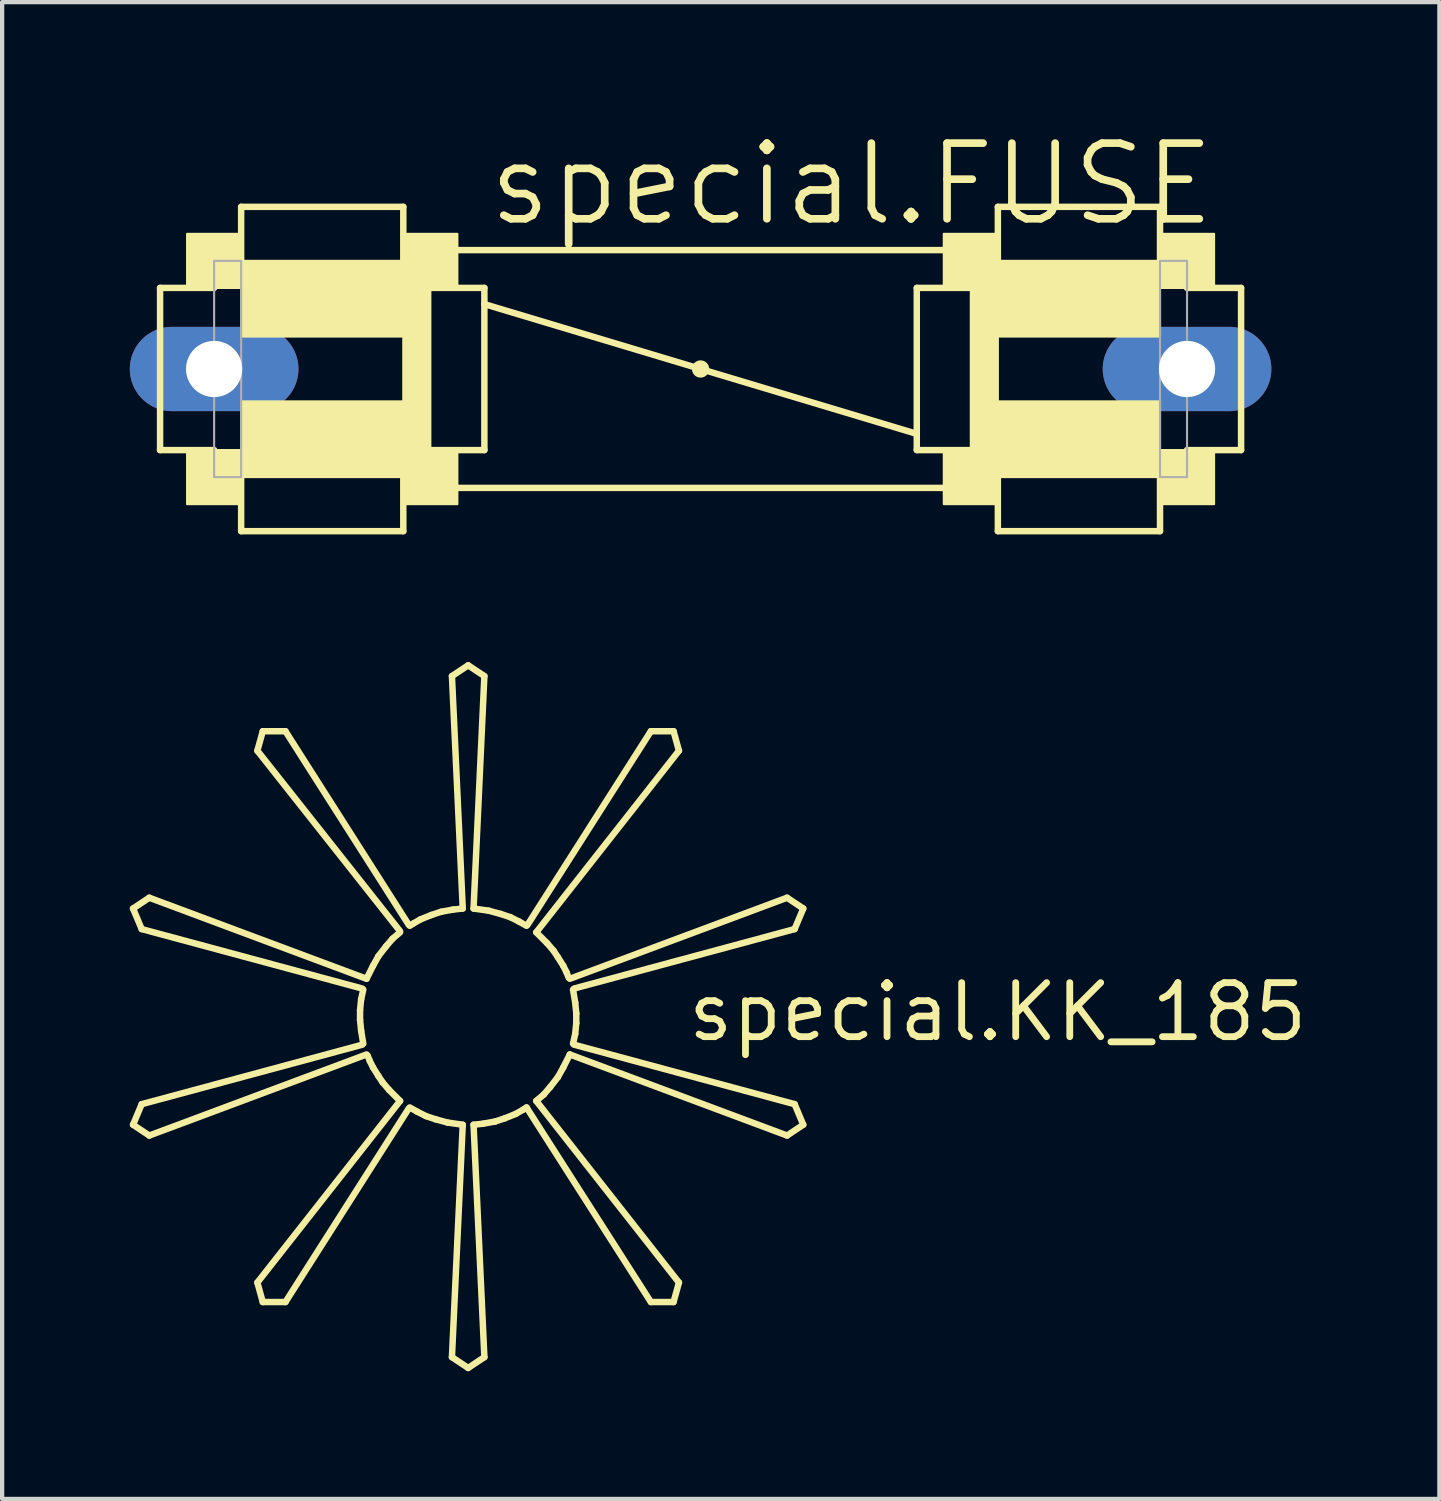
<source format=kicad_pcb>
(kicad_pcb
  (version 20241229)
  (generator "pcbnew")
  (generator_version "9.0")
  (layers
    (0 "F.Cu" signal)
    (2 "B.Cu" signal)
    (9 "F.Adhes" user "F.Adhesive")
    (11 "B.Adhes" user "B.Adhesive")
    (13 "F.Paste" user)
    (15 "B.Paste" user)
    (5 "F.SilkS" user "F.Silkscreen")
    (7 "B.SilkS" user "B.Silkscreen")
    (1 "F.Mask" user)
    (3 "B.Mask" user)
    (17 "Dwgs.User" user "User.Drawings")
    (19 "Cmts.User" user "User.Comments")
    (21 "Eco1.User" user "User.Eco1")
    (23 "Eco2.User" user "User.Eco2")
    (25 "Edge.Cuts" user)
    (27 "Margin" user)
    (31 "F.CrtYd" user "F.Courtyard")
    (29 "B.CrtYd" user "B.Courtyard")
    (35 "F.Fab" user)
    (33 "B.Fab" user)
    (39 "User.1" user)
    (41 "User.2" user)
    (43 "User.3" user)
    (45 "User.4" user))
  (footprint "special.KK_185"
    (layer "F.Cu")
    (at 7.95 20.837)
    (property "Reference" "special.KK_185" (at 5.08 0.635 0) (layer "F.SilkS") (effects (font (size 1.27 1.27) (thickness 0.16)) (justify left bottom)))
    (fp_line (start -7.874 -2.54) (end -7.671 -2.057) (stroke (width 0.152) (type default)) (layer "F.SilkS"))
    (fp_line (start -7.874 2.54) (end -7.671 2.057) (stroke (width 0.152) (type default)) (layer "F.SilkS"))
    (fp_line (start -7.493 -2.794) (end -7.874 -2.54) (stroke (width 0.152) (type default)) (layer "F.SilkS"))
    (fp_line (start -7.493 2.794) (end -7.874 2.54) (stroke (width 0.152) (type default)) (layer "F.SilkS"))
    (fp_line (start -4.826 -6.706) (end -4.953 -6.248) (stroke (width 0.152) (type default)) (layer "F.SilkS"))
    (fp_line (start -4.826 6.706) (end -4.953 6.248) (stroke (width 0.152) (type default)) (layer "F.SilkS"))
    (fp_line (start -4.293 -6.706) (end -4.826 -6.706) (stroke (width 0.152) (type default)) (layer "F.SilkS"))
    (fp_line (start -4.293 6.706) (end -4.826 6.706) (stroke (width 0.152) (type default)) (layer "F.SilkS"))
    (fp_line (start -2.54 -0.152) (end -2.54 0.076) (stroke (width 0.152) (type default)) (layer "F.SilkS"))
    (fp_line (start -2.54 0.076) (end -2.515 0.33) (stroke (width 0.152) (type default)) (layer "F.SilkS"))
    (fp_line (start -2.515 -0.406) (end -2.54 -0.152) (stroke (width 0.152) (type default)) (layer "F.SilkS"))
    (fp_line (start -2.515 0.33) (end -2.464 0.635) (stroke (width 0.152) (type default)) (layer "F.SilkS"))
    (fp_line (start -2.489 -0.66) (end -7.671 -2.057) (stroke (width 0.152) (type default)) (layer "F.SilkS"))
    (fp_line (start -2.489 0.66) (end -7.671 2.057) (stroke (width 0.152) (type default)) (layer "F.SilkS"))
    (fp_line (start -2.464 -0.635) (end -2.515 -0.406) (stroke (width 0.152) (type default)) (layer "F.SilkS"))
    (fp_line (start -2.388 -0.889) (end -7.493 -2.794) (stroke (width 0.152) (type default)) (layer "F.SilkS"))
    (fp_line (start -2.388 0.889) (end -7.493 2.794) (stroke (width 0.152) (type default)) (layer "F.SilkS"))
    (fp_line (start -2.362 0.914) (end -2.311 1.041) (stroke (width 0.152) (type default)) (layer "F.SilkS"))
    (fp_line (start -2.311 1.041) (end -2.235 1.194) (stroke (width 0.152) (type default)) (layer "F.SilkS"))
    (fp_line (start -2.235 -1.194) (end -2.388 -0.889) (stroke (width 0.152) (type default)) (layer "F.SilkS"))
    (fp_line (start -2.235 1.194) (end -2.108 1.397) (stroke (width 0.152) (type default)) (layer "F.SilkS"))
    (fp_line (start -2.108 -1.422) (end -2.235 -1.194) (stroke (width 0.152) (type default)) (layer "F.SilkS"))
    (fp_line (start -2.108 1.397) (end -2.007 1.549) (stroke (width 0.152) (type default)) (layer "F.SilkS"))
    (fp_line (start -2.007 1.549) (end -1.854 1.727) (stroke (width 0.152) (type default)) (layer "F.SilkS"))
    (fp_line (start -1.93 -1.651) (end -2.108 -1.422) (stroke (width 0.152) (type default)) (layer "F.SilkS"))
    (fp_line (start -1.854 1.727) (end -1.6 1.981) (stroke (width 0.152) (type default)) (layer "F.SilkS"))
    (fp_line (start -1.778 -1.829) (end -1.93 -1.651) (stroke (width 0.152) (type default)) (layer "F.SilkS"))
    (fp_line (start -1.6 -2.007) (end -4.953 -6.248) (stroke (width 0.152) (type default)) (layer "F.SilkS"))
    (fp_line (start -1.6 -1.981) (end -1.778 -1.829) (stroke (width 0.152) (type default)) (layer "F.SilkS"))
    (fp_line (start -1.6 1.981) (end -4.953 6.248) (stroke (width 0.152) (type default)) (layer "F.SilkS"))
    (fp_line (start -1.397 -2.159) (end -4.293 -6.706) (stroke (width 0.152) (type default)) (layer "F.SilkS"))
    (fp_line (start -1.397 2.159) (end -4.293 6.706) (stroke (width 0.152) (type default)) (layer "F.SilkS"))
    (fp_line (start -1.372 2.134) (end -1.194 2.235) (stroke (width 0.152) (type default)) (layer "F.SilkS"))
    (fp_line (start -1.295 -2.184) (end -1.372 -2.134) (stroke (width 0.152) (type default)) (layer "F.SilkS"))
    (fp_line (start -1.194 2.235) (end -0.991 2.337) (stroke (width 0.152) (type default)) (layer "F.SilkS"))
    (fp_line (start -1.118 -2.286) (end -1.295 -2.184) (stroke (width 0.152) (type default)) (layer "F.SilkS"))
    (fp_line (start -0.991 2.337) (end -0.762 2.413) (stroke (width 0.152) (type default)) (layer "F.SilkS"))
    (fp_line (start -0.864 -2.388) (end -1.118 -2.286) (stroke (width 0.152) (type default)) (layer "F.SilkS"))
    (fp_line (start -0.762 2.413) (end -0.483 2.489) (stroke (width 0.152) (type default)) (layer "F.SilkS"))
    (fp_line (start -0.635 -2.464) (end -0.864 -2.388) (stroke (width 0.152) (type default)) (layer "F.SilkS"))
    (fp_line (start -0.483 2.489) (end -0.127 2.54) (stroke (width 0.152) (type default)) (layer "F.SilkS"))
    (fp_line (start -0.381 -8.001) (end 0 -8.255) (stroke (width 0.152) (type default)) (layer "F.SilkS"))
    (fp_line (start -0.356 -2.515) (end -0.635 -2.464) (stroke (width 0.152) (type default)) (layer "F.SilkS"))
    (fp_line (start -0.127 -2.54) (end -0.381 -8.001) (stroke (width 0.152) (type default)) (layer "F.SilkS"))
    (fp_line (start -0.127 -2.54) (end -0.356 -2.515) (stroke (width 0.152) (type default)) (layer "F.SilkS"))
    (fp_line (start -0.127 2.54) (end -0.381 8.001) (stroke (width 0.152) (type default)) (layer "F.SilkS"))
    (fp_line (start 0 -8.255) (end 0.381 -8.001) (stroke (width 0.152) (type default)) (layer "F.SilkS"))
    (fp_line (start 0 8.255) (end -0.381 8.001) (stroke (width 0.152) (type default)) (layer "F.SilkS"))
    (fp_line (start 0.127 -2.54) (end 0.381 -8.001) (stroke (width 0.152) (type default)) (layer "F.SilkS"))
    (fp_line (start 0.127 2.54) (end 0.356 2.515) (stroke (width 0.152) (type default)) (layer "F.SilkS"))
    (fp_line (start 0.127 2.54) (end 0.381 8.001) (stroke (width 0.152) (type default)) (layer "F.SilkS"))
    (fp_line (start 0.356 2.515) (end 0.635 2.464) (stroke (width 0.152) (type default)) (layer "F.SilkS"))
    (fp_line (start 0.381 8.001) (end 0 8.255) (stroke (width 0.152) (type default)) (layer "F.SilkS"))
    (fp_line (start 0.483 -2.489) (end 0.127 -2.54) (stroke (width 0.152) (type default)) (layer "F.SilkS"))
    (fp_line (start 0.635 2.464) (end 0.864 2.388) (stroke (width 0.152) (type default)) (layer "F.SilkS"))
    (fp_line (start 0.762 -2.413) (end 0.483 -2.489) (stroke (width 0.152) (type default)) (layer "F.SilkS"))
    (fp_line (start 0.864 2.388) (end 1.118 2.286) (stroke (width 0.152) (type default)) (layer "F.SilkS"))
    (fp_line (start 0.991 -2.337) (end 0.762 -2.413) (stroke (width 0.152) (type default)) (layer "F.SilkS"))
    (fp_line (start 1.118 2.286) (end 1.295 2.184) (stroke (width 0.152) (type default)) (layer "F.SilkS"))
    (fp_line (start 1.194 -2.235) (end 0.991 -2.337) (stroke (width 0.152) (type default)) (layer "F.SilkS"))
    (fp_line (start 1.295 2.184) (end 1.372 2.134) (stroke (width 0.152) (type default)) (layer "F.SilkS"))
    (fp_line (start 1.372 -2.134) (end 1.194 -2.235) (stroke (width 0.152) (type default)) (layer "F.SilkS"))
    (fp_line (start 1.372 2.134) (end 4.293 6.706) (stroke (width 0.152) (type default)) (layer "F.SilkS"))
    (fp_line (start 1.397 -2.159) (end 4.293 -6.706) (stroke (width 0.152) (type default)) (layer "F.SilkS"))
    (fp_line (start 1.6 -1.981) (end 4.953 -6.248) (stroke (width 0.152) (type default)) (layer "F.SilkS"))
    (fp_line (start 1.6 1.981) (end 1.778 1.829) (stroke (width 0.152) (type default)) (layer "F.SilkS"))
    (fp_line (start 1.6 1.981) (end 4.953 6.248) (stroke (width 0.152) (type default)) (layer "F.SilkS"))
    (fp_line (start 1.778 1.829) (end 1.93 1.651) (stroke (width 0.152) (type default)) (layer "F.SilkS"))
    (fp_line (start 1.854 -1.727) (end 1.6 -1.981) (stroke (width 0.152) (type default)) (layer "F.SilkS"))
    (fp_line (start 1.93 1.651) (end 2.108 1.422) (stroke (width 0.152) (type default)) (layer "F.SilkS"))
    (fp_line (start 2.007 -1.549) (end 1.854 -1.727) (stroke (width 0.152) (type default)) (layer "F.SilkS"))
    (fp_line (start 2.108 -1.397) (end 2.007 -1.549) (stroke (width 0.152) (type default)) (layer "F.SilkS"))
    (fp_line (start 2.108 1.422) (end 2.235 1.194) (stroke (width 0.152) (type default)) (layer "F.SilkS"))
    (fp_line (start 2.235 -1.194) (end 2.108 -1.397) (stroke (width 0.152) (type default)) (layer "F.SilkS"))
    (fp_line (start 2.235 1.194) (end 2.388 0.889) (stroke (width 0.152) (type default)) (layer "F.SilkS"))
    (fp_line (start 2.311 -1.041) (end 2.235 -1.194) (stroke (width 0.152) (type default)) (layer "F.SilkS"))
    (fp_line (start 2.362 -0.914) (end 2.311 -1.041) (stroke (width 0.152) (type default)) (layer "F.SilkS"))
    (fp_line (start 2.388 -0.889) (end 7.493 -2.794) (stroke (width 0.152) (type default)) (layer "F.SilkS"))
    (fp_line (start 2.388 0.889) (end 7.493 2.794) (stroke (width 0.152) (type default)) (layer "F.SilkS"))
    (fp_line (start 2.464 0.635) (end 2.515 0.406) (stroke (width 0.152) (type default)) (layer "F.SilkS"))
    (fp_line (start 2.489 -0.66) (end 7.671 -2.057) (stroke (width 0.152) (type default)) (layer "F.SilkS"))
    (fp_line (start 2.489 0.66) (end 7.671 2.057) (stroke (width 0.152) (type default)) (layer "F.SilkS"))
    (fp_line (start 2.515 -0.33) (end 2.464 -0.635) (stroke (width 0.152) (type default)) (layer "F.SilkS"))
    (fp_line (start 2.515 0.406) (end 2.54 0.152) (stroke (width 0.152) (type default)) (layer "F.SilkS"))
    (fp_line (start 2.54 -0.076) (end 2.515 -0.33) (stroke (width 0.152) (type default)) (layer "F.SilkS"))
    (fp_line (start 2.54 0.152) (end 2.54 -0.076) (stroke (width 0.152) (type default)) (layer "F.SilkS"))
    (fp_line (start 4.293 -6.706) (end 4.826 -6.706) (stroke (width 0.152) (type default)) (layer "F.SilkS"))
    (fp_line (start 4.293 6.706) (end 4.826 6.706) (stroke (width 0.152) (type default)) (layer "F.SilkS"))
    (fp_line (start 4.826 -6.706) (end 4.953 -6.248) (stroke (width 0.152) (type default)) (layer "F.SilkS"))
    (fp_line (start 4.826 6.706) (end 4.953 6.248) (stroke (width 0.152) (type default)) (layer "F.SilkS"))
    (fp_line (start 7.493 -2.794) (end 7.874 -2.54) (stroke (width 0.152) (type default)) (layer "F.SilkS"))
    (fp_line (start 7.493 2.794) (end 7.874 2.54) (stroke (width 0.152) (type default)) (layer "F.SilkS"))
    (fp_line (start 7.874 -2.54) (end 7.671 -2.057) (stroke (width 0.152) (type default)) (layer "F.SilkS"))
    (fp_line (start 7.874 2.54) (end 7.671 2.057) (stroke (width 0.152) (type default)) (layer "F.SilkS")))
  (footprint "special.FUSE"
    (layer "F.Cu")
    (at 13.411 5.62)
    (property "Reference" "special.FUSE" (at -5.08 -3.302 0) (layer "F.SilkS") (effects (font (size 1.778 1.778) (thickness 0.18)) (justify left bottom)))
    (attr through_hole)
    (fp_line (start -12.7 1.905) (end -12.7 -1.905) (stroke (width 0.152) (type default)) (layer "F.SilkS"))
    (fp_line (start -12.7 1.905) (end -11.43 1.905) (stroke (width 0.152) (type default)) (layer "F.SilkS"))
    (fp_line (start -11.43 -1.905) (end -12.7 -1.905) (stroke (width 0.152) (type default)) (layer "F.SilkS"))
    (fp_line (start -10.795 -3.81) (end -6.985 -3.81) (stroke (width 0.152) (type default)) (layer "F.SilkS"))
    (fp_line (start -10.795 -2.54) (end -10.795 -3.81) (stroke (width 0.152) (type default)) (layer "F.SilkS"))
    (fp_line (start -10.795 2.54) (end -10.795 3.81) (stroke (width 0.152) (type default)) (layer "F.SilkS"))
    (fp_line (start -6.985 -2.54) (end -6.985 -3.81) (stroke (width 0.152) (type default)) (layer "F.SilkS"))
    (fp_line (start -6.985 3.81) (end -10.795 3.81) (stroke (width 0.152) (type default)) (layer "F.SilkS"))
    (fp_line (start -6.985 3.81) (end -6.985 2.54) (stroke (width 0.152) (type default)) (layer "F.SilkS"))
    (fp_line (start -6.35 -1.905) (end -5.08 -1.905) (stroke (width 0.152) (type default)) (layer "F.SilkS"))
    (fp_line (start -5.715 -2.794) (end 5.715 -2.794) (stroke (width 0.152) (type default)) (layer "F.SilkS"))
    (fp_line (start -5.715 2.794) (end 5.715 2.794) (stroke (width 0.152) (type default)) (layer "F.SilkS"))
    (fp_line (start -5.08 -1.905) (end -5.08 -1.524) (stroke (width 0.152) (type default)) (layer "F.SilkS"))
    (fp_line (start -5.08 -1.524) (end -5.08 1.905) (stroke (width 0.152) (type default)) (layer "F.SilkS"))
    (fp_line (start -5.08 -1.524) (end 5.08 1.524) (stroke (width 0.152) (type default)) (layer "F.SilkS"))
    (fp_line (start -5.08 1.905) (end -6.35 1.905) (stroke (width 0.152) (type default)) (layer "F.SilkS"))
    (fp_line (start 5.08 1.524) (end 5.08 -1.905) (stroke (width 0.152) (type default)) (layer "F.SilkS"))
    (fp_line (start 5.08 1.905) (end 5.08 1.524) (stroke (width 0.152) (type default)) (layer "F.SilkS"))
    (fp_line (start 5.08 1.905) (end 6.35 1.905) (stroke (width 0.152) (type default)) (layer "F.SilkS"))
    (fp_line (start 6.35 -1.905) (end 5.08 -1.905) (stroke (width 0.152) (type default)) (layer "F.SilkS"))
    (fp_line (start 6.985 -3.81) (end 10.795 -3.81) (stroke (width 0.152) (type default)) (layer "F.SilkS"))
    (fp_line (start 6.985 -2.54) (end 6.985 -3.81) (stroke (width 0.152) (type default)) (layer "F.SilkS"))
    (fp_line (start 6.985 2.54) (end 6.985 3.81) (stroke (width 0.152) (type default)) (layer "F.SilkS"))
    (fp_line (start 10.795 -2.54) (end 10.795 -3.81) (stroke (width 0.152) (type default)) (layer "F.SilkS"))
    (fp_line (start 10.795 3.81) (end 6.985 3.81) (stroke (width 0.152) (type default)) (layer "F.SilkS"))
    (fp_line (start 10.795 3.81) (end 10.795 2.54) (stroke (width 0.152) (type default)) (layer "F.SilkS"))
    (fp_line (start 11.43 -1.905) (end 12.7 -1.905) (stroke (width 0.152) (type default)) (layer "F.SilkS"))
    (fp_line (start 12.7 -1.905) (end 12.7 1.905) (stroke (width 0.152) (type default)) (layer "F.SilkS"))
    (fp_line (start 12.7 1.905) (end 11.43 1.905) (stroke (width 0.152) (type default)) (layer "F.SilkS"))
    (fp_rect (start -12.065 -1.905) (end -10.795 -3.175) (stroke (width 0.05) (type default)) (fill yes) (layer "F.SilkS"))
    (fp_rect (start -12.065 3.175) (end -10.795 1.905) (stroke (width 0.05) (type default)) (fill yes) (layer "F.SilkS"))
    (fp_rect (start -10.795 -0.762) (end -6.985 -2.54) (stroke (width 0.05) (type default)) (fill yes) (layer "F.SilkS"))
    (fp_rect (start -10.795 2.54) (end -6.985 0.762) (stroke (width 0.05) (type default)) (fill yes) (layer "F.SilkS"))
    (fp_rect (start -6.985 -1.905) (end -5.715 -3.175) (stroke (width 0.05) (type default)) (fill yes) (layer "F.SilkS"))
    (fp_rect (start -6.985 2.54) (end -6.35 -2.54) (stroke (width 0.05) (type default)) (fill yes) (layer "F.SilkS"))
    (fp_rect (start -6.985 3.175) (end -5.715 1.905) (stroke (width 0.05) (type default)) (fill yes) (layer "F.SilkS"))
    (fp_rect (start 5.715 -1.905) (end 6.985 -3.175) (stroke (width 0.05) (type default)) (fill yes) (layer "F.SilkS"))
    (fp_rect (start 5.715 3.175) (end 6.985 1.905) (stroke (width 0.05) (type default)) (fill yes) (layer "F.SilkS"))
    (fp_rect (start 6.35 2.54) (end 6.985 -2.54) (stroke (width 0.05) (type default)) (fill yes) (layer "F.SilkS"))
    (fp_rect (start 6.985 -0.762) (end 10.795 -2.54) (stroke (width 0.05) (type default)) (fill yes) (layer "F.SilkS"))
    (fp_rect (start 6.985 2.54) (end 10.795 0.762) (stroke (width 0.05) (type default)) (fill yes) (layer "F.SilkS"))
    (fp_rect (start 10.795 -1.905) (end 12.065 -3.175) (stroke (width 0.05) (type default)) (fill yes) (layer "F.SilkS"))
    (fp_rect (start 10.795 3.175) (end 12.065 1.905) (stroke (width 0.05) (type default)) (fill yes) (layer "F.SilkS"))
    (fp_circle (center 0 0) (end 0.127 0) (stroke (width 0.152) (type default)) (fill no) (layer "F.SilkS"))
    (fp_rect (start -11.43 2.54) (end -10.795 -2.54) (stroke (width 0.05) (type default)) (fill no) (layer "F.Fab"))
    (fp_rect (start 10.795 2.54) (end 11.43 -2.54) (stroke (width 0.05) (type default)) (fill no) (layer "F.Fab"))
    (pad "1" thru_hole oval (at -11.43 0) (size 3.962 1.981) (drill 1.321) (layers "*.Cu" "*.Mask"))
    (pad "2" thru_hole oval (at 11.43 0) (size 3.962 1.981) (drill 1.321) (layers "*.Cu" "*.Mask")))
  (gr_rect
    (start -3 -3)
    (end 30.77 32.169)
    (stroke (width 0.1) (type default))
    (fill no)
    (layer "Edge.Cuts")))
</source>
